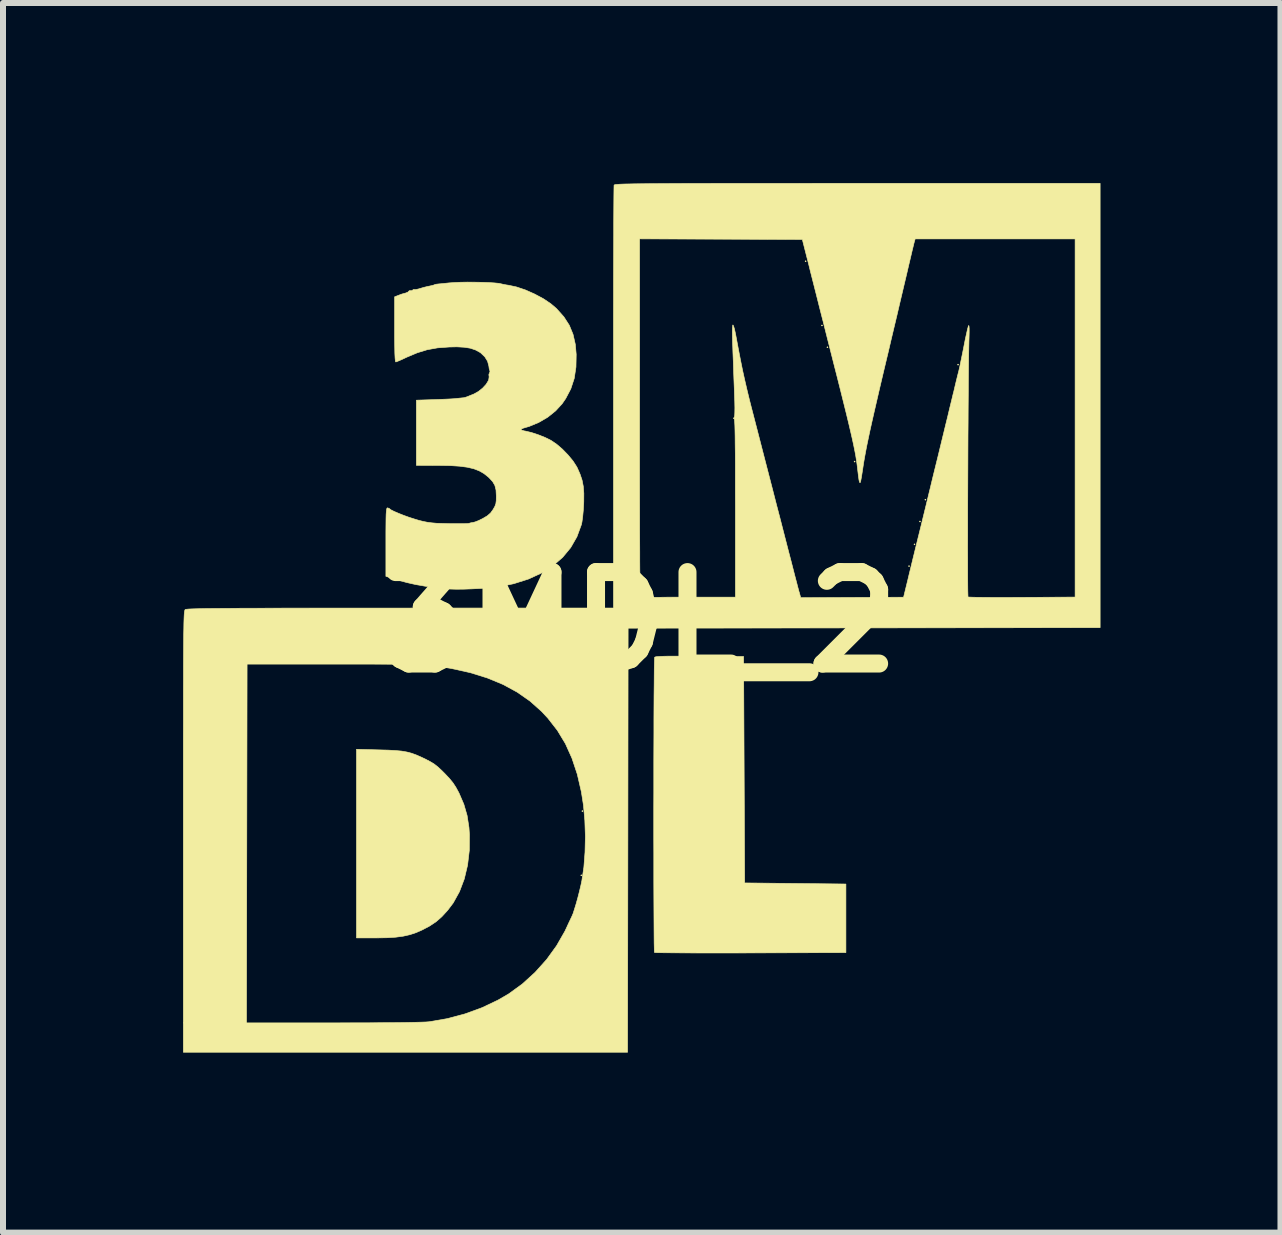
<source format=kicad_pcb>
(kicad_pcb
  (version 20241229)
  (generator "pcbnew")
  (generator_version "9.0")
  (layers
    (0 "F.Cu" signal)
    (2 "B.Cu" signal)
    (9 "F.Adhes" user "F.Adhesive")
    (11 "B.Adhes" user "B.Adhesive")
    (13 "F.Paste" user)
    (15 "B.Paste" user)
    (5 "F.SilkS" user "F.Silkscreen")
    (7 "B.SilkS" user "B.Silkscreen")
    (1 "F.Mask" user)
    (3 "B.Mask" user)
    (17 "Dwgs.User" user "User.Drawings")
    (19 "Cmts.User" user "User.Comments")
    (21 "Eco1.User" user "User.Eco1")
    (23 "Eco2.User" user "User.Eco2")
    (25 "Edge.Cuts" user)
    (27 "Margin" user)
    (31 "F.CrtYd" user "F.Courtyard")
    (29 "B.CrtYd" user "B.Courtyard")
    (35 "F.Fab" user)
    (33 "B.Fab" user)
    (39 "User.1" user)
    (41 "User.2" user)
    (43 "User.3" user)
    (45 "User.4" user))
  (footprint "3MDL_2"
    (layer "F.Cu")
    (at 7.607 7.317)
    (property "Reference" "3MDL_2" (at 0 0 0) (layer "F.SilkS") (effects (font (size 1.524 1.524) (thickness 0.3))))
    (attr through_hole)
    (fp_poly (pts (xy -0.962 4.218) (xy -0.971 4.227) (xy -0.98 4.218) (xy -0.971 4.209) (xy -0.962 4.218)) (stroke (width 0.01) (type solid)) (fill yes) (layer "F.SilkS"))
    (fp_poly (pts (xy -0.943 3.148) (xy -0.953 3.157) (xy -0.962 3.148) (xy -0.953 3.139) (xy -0.943 3.148)) (stroke (width 0.01) (type solid)) (fill yes) (layer "F.SilkS"))
    (fp_poly (pts (xy 2.776 -6.014) (xy 2.767 -6.005) (xy 2.758 -6.014) (xy 2.767 -6.023) (xy 2.776 -6.014)) (stroke (width 0.01) (type solid)) (fill yes) (layer "F.SilkS"))
    (fp_poly (pts (xy 3.048 -4.944) (xy 3.039 -4.935) (xy 3.03 -4.944) (xy 3.039 -4.953) (xy 3.048 -4.944)) (stroke (width 0.01) (type solid)) (fill yes) (layer "F.SilkS"))
    (fp_poly (pts (xy 3.139 -4.581) (xy 3.13 -4.572) (xy 3.121 -4.581) (xy 3.13 -4.59) (xy 3.139 -4.581)) (stroke (width 0.01) (type solid)) (fill yes) (layer "F.SilkS"))
    (fp_poly (pts (xy 3.592 -2.676) (xy 3.583 -2.667) (xy 3.574 -2.676) (xy 3.583 -2.685) (xy 3.592 -2.676)) (stroke (width 0.01) (type solid)) (fill yes) (layer "F.SilkS"))
    (fp_poly (pts (xy 4.499 -0.934) (xy 4.49 -0.925) (xy 4.481 -0.934) (xy 4.49 -0.943) (xy 4.499 -0.934)) (stroke (width 0.01) (type solid)) (fill yes) (layer "F.SilkS"))
    (fp_poly (pts (xy 4.59 -1.297) (xy 4.581 -1.288) (xy 4.572 -1.297) (xy 4.581 -1.306) (xy 4.59 -1.297)) (stroke (width 0.01) (type solid)) (fill yes) (layer "F.SilkS"))
    (fp_poly (pts (xy 4.681 -1.678) (xy 4.672 -1.669) (xy 4.663 -1.678) (xy 4.672 -1.687) (xy 4.681 -1.678)) (stroke (width 0.01) (type solid)) (fill yes) (layer "F.SilkS"))
    (fp_poly (pts (xy 4.772 -2.041) (xy 4.763 -2.032) (xy 4.753 -2.041) (xy 4.763 -2.05) (xy 4.772 -2.041)) (stroke (width 0.01) (type solid)) (fill yes) (layer "F.SilkS"))
    (fp_poly (pts (xy 5.316 -4.291) (xy 5.307 -4.282) (xy 5.298 -4.291) (xy 5.307 -4.3) (xy 5.316 -4.291)) (stroke (width 0.01) (type solid)) (fill yes) (layer "F.SilkS"))
    (fp_poly (pts (xy -4.341 2.128) (xy -4.189 2.132) (xy -4.066 2.139) (xy -3.966 2.148) (xy -3.88 2.163) (xy -3.802 2.183) (xy -3.724 2.211) (xy -3.64 2.248) (xy -3.574 2.279) (xy -3.49 2.323) (xy -3.422 2.364) (xy -3.36 2.413) (xy -3.292 2.476) (xy -3.248 2.52) (xy -3.169 2.604) (xy -3.11 2.676) (xy -3.061 2.751) (xy -3.013 2.839) (xy -3.008 2.849) (xy -2.928 3.035) (xy -2.874 3.221) (xy -2.843 3.421) (xy -2.835 3.541) (xy -2.837 3.801) (xy -2.866 4.048) (xy -2.921 4.279) (xy -3.001 4.49) (xy -3.105 4.678) (xy -3.198 4.801) (xy -3.296 4.908) (xy -3.392 4.992) (xy -3.499 5.063) (xy -3.618 5.126) (xy -3.722 5.172) (xy -3.827 5.207) (xy -3.938 5.232) (xy -4.064 5.249) (xy -4.211 5.258) (xy -4.385 5.261) (xy -4.411 5.261) (xy -4.717 5.261) (xy -4.717 2.118) (xy -4.341 2.128)) (stroke (width 0.01) (type solid)) (fill yes) (layer "F.SilkS"))
    (fp_poly (pts (xy 0.763 0.566) (xy 0.945 0.566) (xy 0.999 0.567) (xy 1.733 0.572) (xy 1.742 2.458) (xy 1.751 4.345) (xy 2.594 4.354) (xy 3.438 4.363) (xy 3.438 5.506) (xy 1.849 5.511) (xy 1.612 5.512) (xy 1.386 5.512) (xy 1.172 5.512) (xy 0.974 5.512) (xy 0.795 5.511) (xy 0.636 5.51) (xy 0.501 5.509) (xy 0.392 5.508) (xy 0.312 5.507) (xy 0.263 5.505) (xy 0.248 5.503) (xy 0.246 5.484) (xy 0.245 5.431) (xy 0.243 5.346) (xy 0.242 5.233) (xy 0.241 5.094) (xy 0.24 4.931) (xy 0.239 4.748) (xy 0.238 4.546) (xy 0.237 4.328) (xy 0.237 4.097) (xy 0.237 3.855) (xy 0.236 3.606) (xy 0.236 3.35) (xy 0.236 3.092) (xy 0.237 2.833) (xy 0.237 2.576) (xy 0.237 2.324) (xy 0.238 2.079) (xy 0.239 1.843) (xy 0.239 1.621) (xy 0.24 1.412) (xy 0.241 1.222) (xy 0.243 1.051) (xy 0.244 0.903) (xy 0.245 0.78) (xy 0.247 0.685) (xy 0.249 0.62) (xy 0.25 0.588) (xy 0.251 0.585) (xy 0.262 0.579) (xy 0.289 0.574) (xy 0.335 0.571) (xy 0.403 0.568) (xy 0.495 0.566) (xy 0.614 0.566) (xy 0.763 0.566)) (stroke (width 0.01) (type solid)) (fill yes) (layer "F.SilkS"))
    (fp_poly (pts (xy -2.746 -5.665) (xy -2.627 -5.663) (xy -2.515 -5.659) (xy -2.42 -5.653) (xy -2.347 -5.646) (xy -2.304 -5.637) (xy -2.271 -5.629) (xy -2.217 -5.619) (xy -2.188 -5.615) (xy -2.052 -5.586) (xy -1.903 -5.536) (xy -1.752 -5.469) (xy -1.607 -5.392) (xy -1.48 -5.307) (xy -1.384 -5.225) (xy -1.262 -5.088) (xy -1.171 -4.947) (xy -1.109 -4.797) (xy -1.071 -4.63) (xy -1.056 -4.462) (xy -1.06 -4.251) (xy -1.089 -4.061) (xy -1.146 -3.888) (xy -1.231 -3.726) (xy -1.29 -3.64) (xy -1.398 -3.522) (xy -1.531 -3.415) (xy -1.682 -3.327) (xy -1.839 -3.262) (xy -1.894 -3.246) (xy -1.943 -3.231) (xy -1.973 -3.217) (xy -1.978 -3.211) (xy -1.962 -3.199) (xy -1.921 -3.187) (xy -1.902 -3.184) (xy -1.801 -3.16) (xy -1.686 -3.122) (xy -1.571 -3.076) (xy -1.473 -3.027) (xy -1.382 -2.965) (xy -1.285 -2.882) (xy -1.192 -2.786) (xy -1.11 -2.687) (xy -1.05 -2.594) (xy -1.04 -2.576) (xy -0.992 -2.467) (xy -0.958 -2.366) (xy -0.938 -2.263) (xy -0.929 -2.147) (xy -0.93 -2.009) (xy -0.931 -1.978) (xy -0.938 -1.864) (xy -0.948 -1.758) (xy -0.96 -1.67) (xy -0.97 -1.624) (xy -1.044 -1.423) (xy -1.148 -1.242) (xy -1.282 -1.08) (xy -1.444 -0.939) (xy -1.635 -0.818) (xy -1.853 -0.718) (xy -2.097 -0.641) (xy -2.304 -0.597) (xy -2.399 -0.583) (xy -2.518 -0.572) (xy -2.652 -0.562) (xy -2.792 -0.555) (xy -2.929 -0.55) (xy -3.054 -0.549) (xy -3.157 -0.552) (xy -3.202 -0.555) (xy -3.404 -0.577) (xy -3.577 -0.6) (xy -3.731 -0.627) (xy -3.873 -0.659) (xy -4.011 -0.696) (xy -4.079 -0.717) (xy -4.227 -0.764) (xy -4.227 -1.334) (xy -4.227 -1.496) (xy -4.226 -1.625) (xy -4.225 -1.724) (xy -4.223 -1.798) (xy -4.219 -1.849) (xy -4.215 -1.882) (xy -4.209 -1.899) (xy -4.202 -1.905) (xy -4.201 -1.905) (xy -4.171 -1.895) (xy -4.165 -1.889) (xy -4.141 -1.871) (xy -4.089 -1.845) (xy -4.017 -1.814) (xy -3.931 -1.78) (xy -3.84 -1.747) (xy -3.749 -1.718) (xy -3.673 -1.695) (xy -3.599 -1.677) (xy -3.532 -1.664) (xy -3.463 -1.655) (xy -3.383 -1.648) (xy -3.284 -1.645) (xy -3.175 -1.642) (xy -3.071 -1.641) (xy -2.979 -1.641) (xy -2.906 -1.642) (xy -2.858 -1.644) (xy -2.841 -1.647) (xy -2.811 -1.656) (xy -2.777 -1.661) (xy -2.738 -1.671) (xy -2.68 -1.694) (xy -2.615 -1.726) (xy -2.613 -1.727) (xy -2.537 -1.772) (xy -2.483 -1.819) (xy -2.441 -1.877) (xy -2.412 -1.928) (xy -2.395 -1.973) (xy -2.388 -2.027) (xy -2.387 -2.103) (xy -2.392 -2.202) (xy -2.411 -2.278) (xy -2.448 -2.342) (xy -2.508 -2.407) (xy -2.522 -2.42) (xy -2.594 -2.477) (xy -2.673 -2.522) (xy -2.764 -2.557) (xy -2.871 -2.582) (xy -3 -2.599) (xy -3.155 -2.609) (xy -3.341 -2.612) (xy -3.361 -2.612) (xy -3.719 -2.613) (xy -3.719 -3.699) (xy -3.434 -3.708) (xy -3.328 -3.712) (xy -3.229 -3.716) (xy -3.145 -3.72) (xy -3.084 -3.724) (xy -3.066 -3.726) (xy -3.008 -3.732) (xy -2.959 -3.737) (xy -2.948 -3.738) (xy -2.927 -3.74) (xy -2.904 -3.746) (xy -2.871 -3.757) (xy -2.82 -3.778) (xy -2.758 -3.803) (xy -2.685 -3.844) (xy -2.615 -3.9) (xy -2.557 -3.963) (xy -2.52 -4.024) (xy -2.513 -4.044) (xy -2.507 -4.087) (xy -2.51 -4.113) (xy -2.511 -4.114) (xy -2.51 -4.134) (xy -2.502 -4.148) (xy -2.492 -4.179) (xy -2.496 -4.193) (xy -2.506 -4.225) (xy -2.512 -4.273) (xy -2.513 -4.274) (xy -2.533 -4.348) (xy -2.579 -4.422) (xy -2.645 -4.485) (xy -2.659 -4.495) (xy -2.734 -4.536) (xy -2.82 -4.565) (xy -2.921 -4.581) (xy -3.045 -4.588) (xy -3.174 -4.585) (xy -3.366 -4.571) (xy -3.538 -4.54) (xy -3.704 -4.489) (xy -3.878 -4.416) (xy -3.895 -4.408) (xy -3.963 -4.376) (xy -4.019 -4.352) (xy -4.055 -4.338) (xy -4.063 -4.336) (xy -4.069 -4.352) (xy -4.074 -4.401) (xy -4.078 -4.483) (xy -4.08 -4.599) (xy -4.082 -4.75) (xy -4.082 -4.879) (xy -4.082 -5.421) (xy -4.023 -5.444) (xy -3.981 -5.46) (xy -3.956 -5.469) (xy -3.955 -5.469) (xy -3.933 -5.475) (xy -3.896 -5.485) (xy -3.86 -5.5) (xy -3.846 -5.515) (xy -3.833 -5.525) (xy -3.821 -5.523) (xy -3.791 -5.525) (xy -3.783 -5.533) (xy -3.762 -5.545) (xy -3.756 -5.543) (xy -3.73 -5.542) (xy -3.685 -5.552) (xy -3.662 -5.559) (xy -3.593 -5.579) (xy -3.524 -5.596) (xy -3.511 -5.598) (xy -3.46 -5.609) (xy -3.425 -5.619) (xy -3.42 -5.622) (xy -3.39 -5.631) (xy -3.347 -5.636) (xy -3.3 -5.64) (xy -3.233 -5.647) (xy -3.175 -5.653) (xy -3.089 -5.659) (xy -2.985 -5.664) (xy -2.868 -5.666) (xy -2.746 -5.665)) (stroke (width 0.01) (type solid)) (fill yes) (layer "F.SilkS"))
    (fp_poly (pts (xy 7.674 0.091) (xy -0.191 0.1) (xy -0.195 3.633) (xy -0.2 7.166) (xy -7.602 7.166) (xy -7.602 6.677) (xy -6.55 6.677) (xy -5.102 6.677) (xy -4.817 6.676) (xy -4.555 6.676) (xy -4.318 6.674) (xy -4.108 6.673) (xy -3.925 6.671) (xy -3.772 6.668) (xy -3.65 6.665) (xy -3.561 6.662) (xy -3.506 6.658) (xy -3.501 6.657) (xy -3.204 6.606) (xy -2.909 6.527) (xy -2.624 6.423) (xy -2.357 6.296) (xy -2.18 6.193) (xy -1.953 6.028) (xy -1.742 5.836) (xy -1.549 5.621) (xy -1.382 5.39) (xy -1.244 5.149) (xy -1.214 5.085) (xy -1.181 5.013) (xy -1.152 4.952) (xy -1.132 4.91) (xy -1.127 4.899) (xy -1.108 4.855) (xy -1.085 4.783) (xy -1.057 4.692) (xy -1.029 4.591) (xy -1.002 4.486) (xy -0.978 4.385) (xy -0.962 4.309) (xy -0.928 4.082) (xy -0.909 3.832) (xy -0.903 3.57) (xy -0.912 3.305) (xy -0.935 3.05) (xy -0.97 2.827) (xy -1.038 2.533) (xy -1.127 2.266) (xy -1.236 2.024) (xy -1.369 1.804) (xy -1.527 1.601) (xy -1.634 1.486) (xy -1.826 1.315) (xy -2.039 1.166) (xy -2.275 1.038) (xy -2.536 0.93) (xy -2.823 0.841) (xy -3.139 0.771) (xy -3.384 0.731) (xy -3.43 0.725) (xy -3.478 0.72) (xy -3.53 0.716) (xy -3.59 0.712) (xy -3.659 0.709) (xy -3.742 0.706) (xy -3.839 0.704) (xy -3.955 0.702) (xy -4.091 0.701) (xy -4.251 0.7) (xy -4.437 0.699) (xy -4.652 0.699) (xy -4.899 0.699) (xy -5.08 0.699) (xy -6.54 0.699) (xy -6.545 3.688) (xy -6.55 6.677) (xy -7.602 6.677) (xy -7.602 3.49) (xy -7.602 3.06) (xy -7.602 2.664) (xy -7.602 2.302) (xy -7.602 1.972) (xy -7.601 1.672) (xy -7.601 1.401) (xy -7.601 1.158) (xy -7.6 0.94) (xy -7.6 0.747) (xy -7.599 0.577) (xy -7.598 0.429) (xy -7.597 0.3) (xy -7.596 0.19) (xy -7.594 0.098) (xy -7.593 0.021) (xy -7.591 -0.042) (xy -7.589 -0.092) (xy -7.587 -0.131) (xy -7.584 -0.161) (xy -7.581 -0.182) (xy -7.578 -0.196) (xy -7.575 -0.205) (xy -7.571 -0.21) (xy -7.57 -0.211) (xy -7.561 -0.214) (xy -7.541 -0.216) (xy -7.509 -0.219) (xy -7.463 -0.221) (xy -7.401 -0.223) (xy -7.324 -0.225) (xy -7.228 -0.227) (xy -7.114 -0.228) (xy -6.978 -0.229) (xy -6.821 -0.23) (xy -6.641 -0.232) (xy -6.435 -0.232) (xy -6.204 -0.233) (xy -5.946 -0.234) (xy -5.658 -0.234) (xy -5.34 -0.235) (xy -4.991 -0.235) (xy -4.609 -0.235) (xy -4.193 -0.235) (xy -3.987 -0.235) (xy -0.435 -0.236) (xy -0.435 -3.391) (xy 0 -3.391) (xy 0.000022 -3.003) (xy 0.000097 -2.65) (xy 0.000242 -2.33) (xy 0.000471 -2.041) (xy 0.001 -1.783) (xy 0.001 -1.552) (xy 0.002 -1.349) (xy 0.003 -1.17) (xy 0.003 -1.015) (xy 0.004 -0.882) (xy 0.006 -0.769) (xy 0.007 -0.675) (xy 0.009 -0.598) (xy 0.011 -0.537) (xy 0.013 -0.49) (xy 0.015 -0.455) (xy 0.018 -0.43) (xy 0.021 -0.415) (xy 0.024 -0.408) (xy 0.028 -0.406) (xy 0.029 -0.406) (xy 0.052 -0.409) (xy 0.109 -0.411) (xy 0.193 -0.413) (xy 0.302 -0.414) (xy 0.432 -0.416) (xy 0.579 -0.417) (xy 0.738 -0.417) (xy 0.827 -0.417) (xy 1.597 -0.417) (xy 1.597 -1.905) (xy 1.596 -2.182) (xy 1.596 -2.425) (xy 1.596 -2.635) (xy 1.595 -2.815) (xy 1.593 -2.967) (xy 1.592 -3.092) (xy 1.59 -3.192) (xy 1.588 -3.27) (xy 1.585 -3.327) (xy 1.582 -3.365) (xy 1.578 -3.386) (xy 1.574 -3.393) (xy 1.561 -3.397) (xy 1.573 -3.407) (xy 1.58 -3.42) (xy 1.585 -3.449) (xy 1.587 -3.498) (xy 1.588 -3.572) (xy 1.586 -3.673) (xy 1.581 -3.805) (xy 1.579 -3.874) (xy 1.573 -4.022) (xy 1.567 -4.18) (xy 1.562 -4.337) (xy 1.556 -4.482) (xy 1.552 -4.605) (xy 1.55 -4.64) (xy 1.547 -4.751) (xy 1.546 -4.842) (xy 1.548 -4.908) (xy 1.552 -4.946) (xy 1.555 -4.953) (xy 1.565 -4.936) (xy 1.579 -4.892) (xy 1.594 -4.826) (xy 1.604 -4.776) (xy 1.645 -4.557) (xy 1.682 -4.365) (xy 1.717 -4.192) (xy 1.753 -4.03) (xy 1.79 -3.871) (xy 1.83 -3.706) (xy 1.859 -3.592) (xy 1.96 -3.202) (xy 2.052 -2.845) (xy 2.136 -2.52) (xy 2.212 -2.226) (xy 2.28 -1.961) (xy 2.342 -1.724) (xy 2.396 -1.513) (xy 2.444 -1.327) (xy 2.486 -1.164) (xy 2.523 -1.023) (xy 2.554 -0.902) (xy 2.58 -0.8) (xy 2.602 -0.716) (xy 2.62 -0.648) (xy 2.634 -0.593) (xy 2.645 -0.552) (xy 2.653 -0.523) (xy 2.658 -0.503) (xy 2.66 -0.499) (xy 2.685 -0.408) (xy 4.399 -0.416) (xy 4.469 -0.702) (xy 4.493 -0.803) (xy 4.524 -0.93) (xy 4.559 -1.074) (xy 4.596 -1.225) (xy 4.633 -1.376) (xy 4.654 -1.46) (xy 4.692 -1.614) (xy 4.733 -1.782) (xy 4.775 -1.953) (xy 4.814 -2.115) (xy 4.849 -2.258) (xy 4.862 -2.313) (xy 4.895 -2.449) (xy 4.934 -2.607) (xy 4.976 -2.777) (xy 5.017 -2.946) (xy 5.055 -3.103) (xy 5.064 -3.139) (xy 5.098 -3.28) (xy 5.134 -3.426) (xy 5.168 -3.569) (xy 5.2 -3.7) (xy 5.226 -3.808) (xy 5.236 -3.846) (xy 5.26 -3.949) (xy 5.284 -4.048) (xy 5.305 -4.133) (xy 5.321 -4.196) (xy 5.324 -4.209) (xy 5.336 -4.261) (xy 5.352 -4.34) (xy 5.372 -4.437) (xy 5.394 -4.545) (xy 5.408 -4.617) (xy 5.428 -4.719) (xy 5.448 -4.809) (xy 5.464 -4.881) (xy 5.477 -4.928) (xy 5.483 -4.944) (xy 5.489 -4.935) (xy 5.492 -4.894) (xy 5.492 -4.827) (xy 5.49 -4.744) (xy 5.488 -4.683) (xy 5.486 -4.591) (xy 5.484 -4.472) (xy 5.482 -4.328) (xy 5.48 -4.162) (xy 5.478 -3.977) (xy 5.477 -3.776) (xy 5.475 -3.561) (xy 5.474 -3.334) (xy 5.472 -3.1) (xy 5.471 -2.859) (xy 5.47 -2.616) (xy 5.469 -2.373) (xy 5.468 -2.132) (xy 5.467 -1.896) (xy 5.467 -1.668) (xy 5.467 -1.451) (xy 5.466 -1.247) (xy 5.467 -1.06) (xy 5.467 -0.891) (xy 5.467 -0.744) (xy 5.468 -0.621) (xy 5.469 -0.524) (xy 5.471 -0.458) (xy 5.472 -0.424) (xy 5.473 -0.42) (xy 5.494 -0.418) (xy 5.547 -0.416) (xy 5.63 -0.414) (xy 5.738 -0.413) (xy 5.868 -0.412) (xy 6.017 -0.412) (xy 6.18 -0.412) (xy 6.355 -0.413) (xy 6.373 -0.413) (xy 7.257 -0.418) (xy 7.257 -6.386) (xy 4.592 -6.386) (xy 4.572 -6.315) (xy 4.562 -6.273) (xy 4.545 -6.204) (xy 4.524 -6.115) (xy 4.5 -6.013) (xy 4.482 -5.938) (xy 4.466 -5.868) (xy 4.442 -5.766) (xy 4.411 -5.636) (xy 4.375 -5.483) (xy 4.334 -5.31) (xy 4.29 -5.121) (xy 4.242 -4.92) (xy 4.192 -4.71) (xy 4.142 -4.496) (xy 4.121 -4.409) (xy 4.056 -4.136) (xy 3.999 -3.894) (xy 3.95 -3.682) (xy 3.907 -3.496) (xy 3.87 -3.333) (xy 3.838 -3.189) (xy 3.811 -3.061) (xy 3.787 -2.947) (xy 3.767 -2.843) (xy 3.749 -2.746) (xy 3.733 -2.653) (xy 3.719 -2.56) (xy 3.709 -2.495) (xy 3.695 -2.407) (xy 3.684 -2.35) (xy 3.675 -2.324) (xy 3.666 -2.33) (xy 3.656 -2.369) (xy 3.646 -2.441) (xy 3.633 -2.549) (xy 3.63 -2.576) (xy 3.622 -2.64) (xy 3.612 -2.707) (xy 3.601 -2.778) (xy 3.586 -2.856) (xy 3.568 -2.945) (xy 3.546 -3.047) (xy 3.519 -3.165) (xy 3.487 -3.302) (xy 3.449 -3.459) (xy 3.404 -3.641) (xy 3.352 -3.85) (xy 3.292 -4.088) (xy 3.223 -4.358) (xy 3.222 -4.363) (xy 3.168 -4.575) (xy 3.114 -4.789) (xy 3.061 -5) (xy 3.009 -5.203) (xy 2.961 -5.394) (xy 2.917 -5.568) (xy 2.878 -5.721) (xy 2.846 -5.847) (xy 2.825 -5.933) (xy 2.712 -6.377) (xy 1.356 -6.382) (xy 0 -6.387) (xy 0 -3.391) (xy -0.435 -3.391) (xy -0.435 -3.745) (xy -0.435 -4.099) (xy -0.435 -4.444) (xy -0.435 -4.778) (xy -0.435 -5.099) (xy -0.434 -5.404) (xy -0.434 -5.693) (xy -0.433 -5.964) (xy -0.432 -6.215) (xy -0.431 -6.443) (xy -0.431 -6.648) (xy -0.43 -6.828) (xy -0.429 -6.98) (xy -0.428 -7.103) (xy -0.427 -7.196) (xy -0.426 -7.256) (xy -0.425 -7.282) (xy -0.424 -7.283) (xy -0.421 -7.286) (xy -0.412 -7.289) (xy -0.396 -7.292) (xy -0.372 -7.294) (xy -0.339 -7.297) (xy -0.295 -7.299) (xy -0.238 -7.301) (xy -0.168 -7.302) (xy -0.083 -7.304) (xy 0.019 -7.305) (xy 0.139 -7.306) (xy 0.278 -7.307) (xy 0.437 -7.308) (xy 0.619 -7.309) (xy 0.823 -7.31) (xy 1.053 -7.31) (xy 1.309 -7.311) (xy 1.592 -7.311) (xy 1.904 -7.311) (xy 2.246 -7.311) (xy 2.62 -7.311) (xy 3.027 -7.312) (xy 3.469 -7.312) (xy 3.631 -7.312) (xy 7.674 -7.312) (xy 7.674 0.091)) (stroke (width 0.01) (type solid)) (fill yes) (layer "F.SilkS")))
  (gr_rect
    (start -3 -3)
    (end 18.286 17.488)
    (stroke (width 0.1) (type default))
    (fill no)
    (layer "Edge.Cuts")))
</source>
